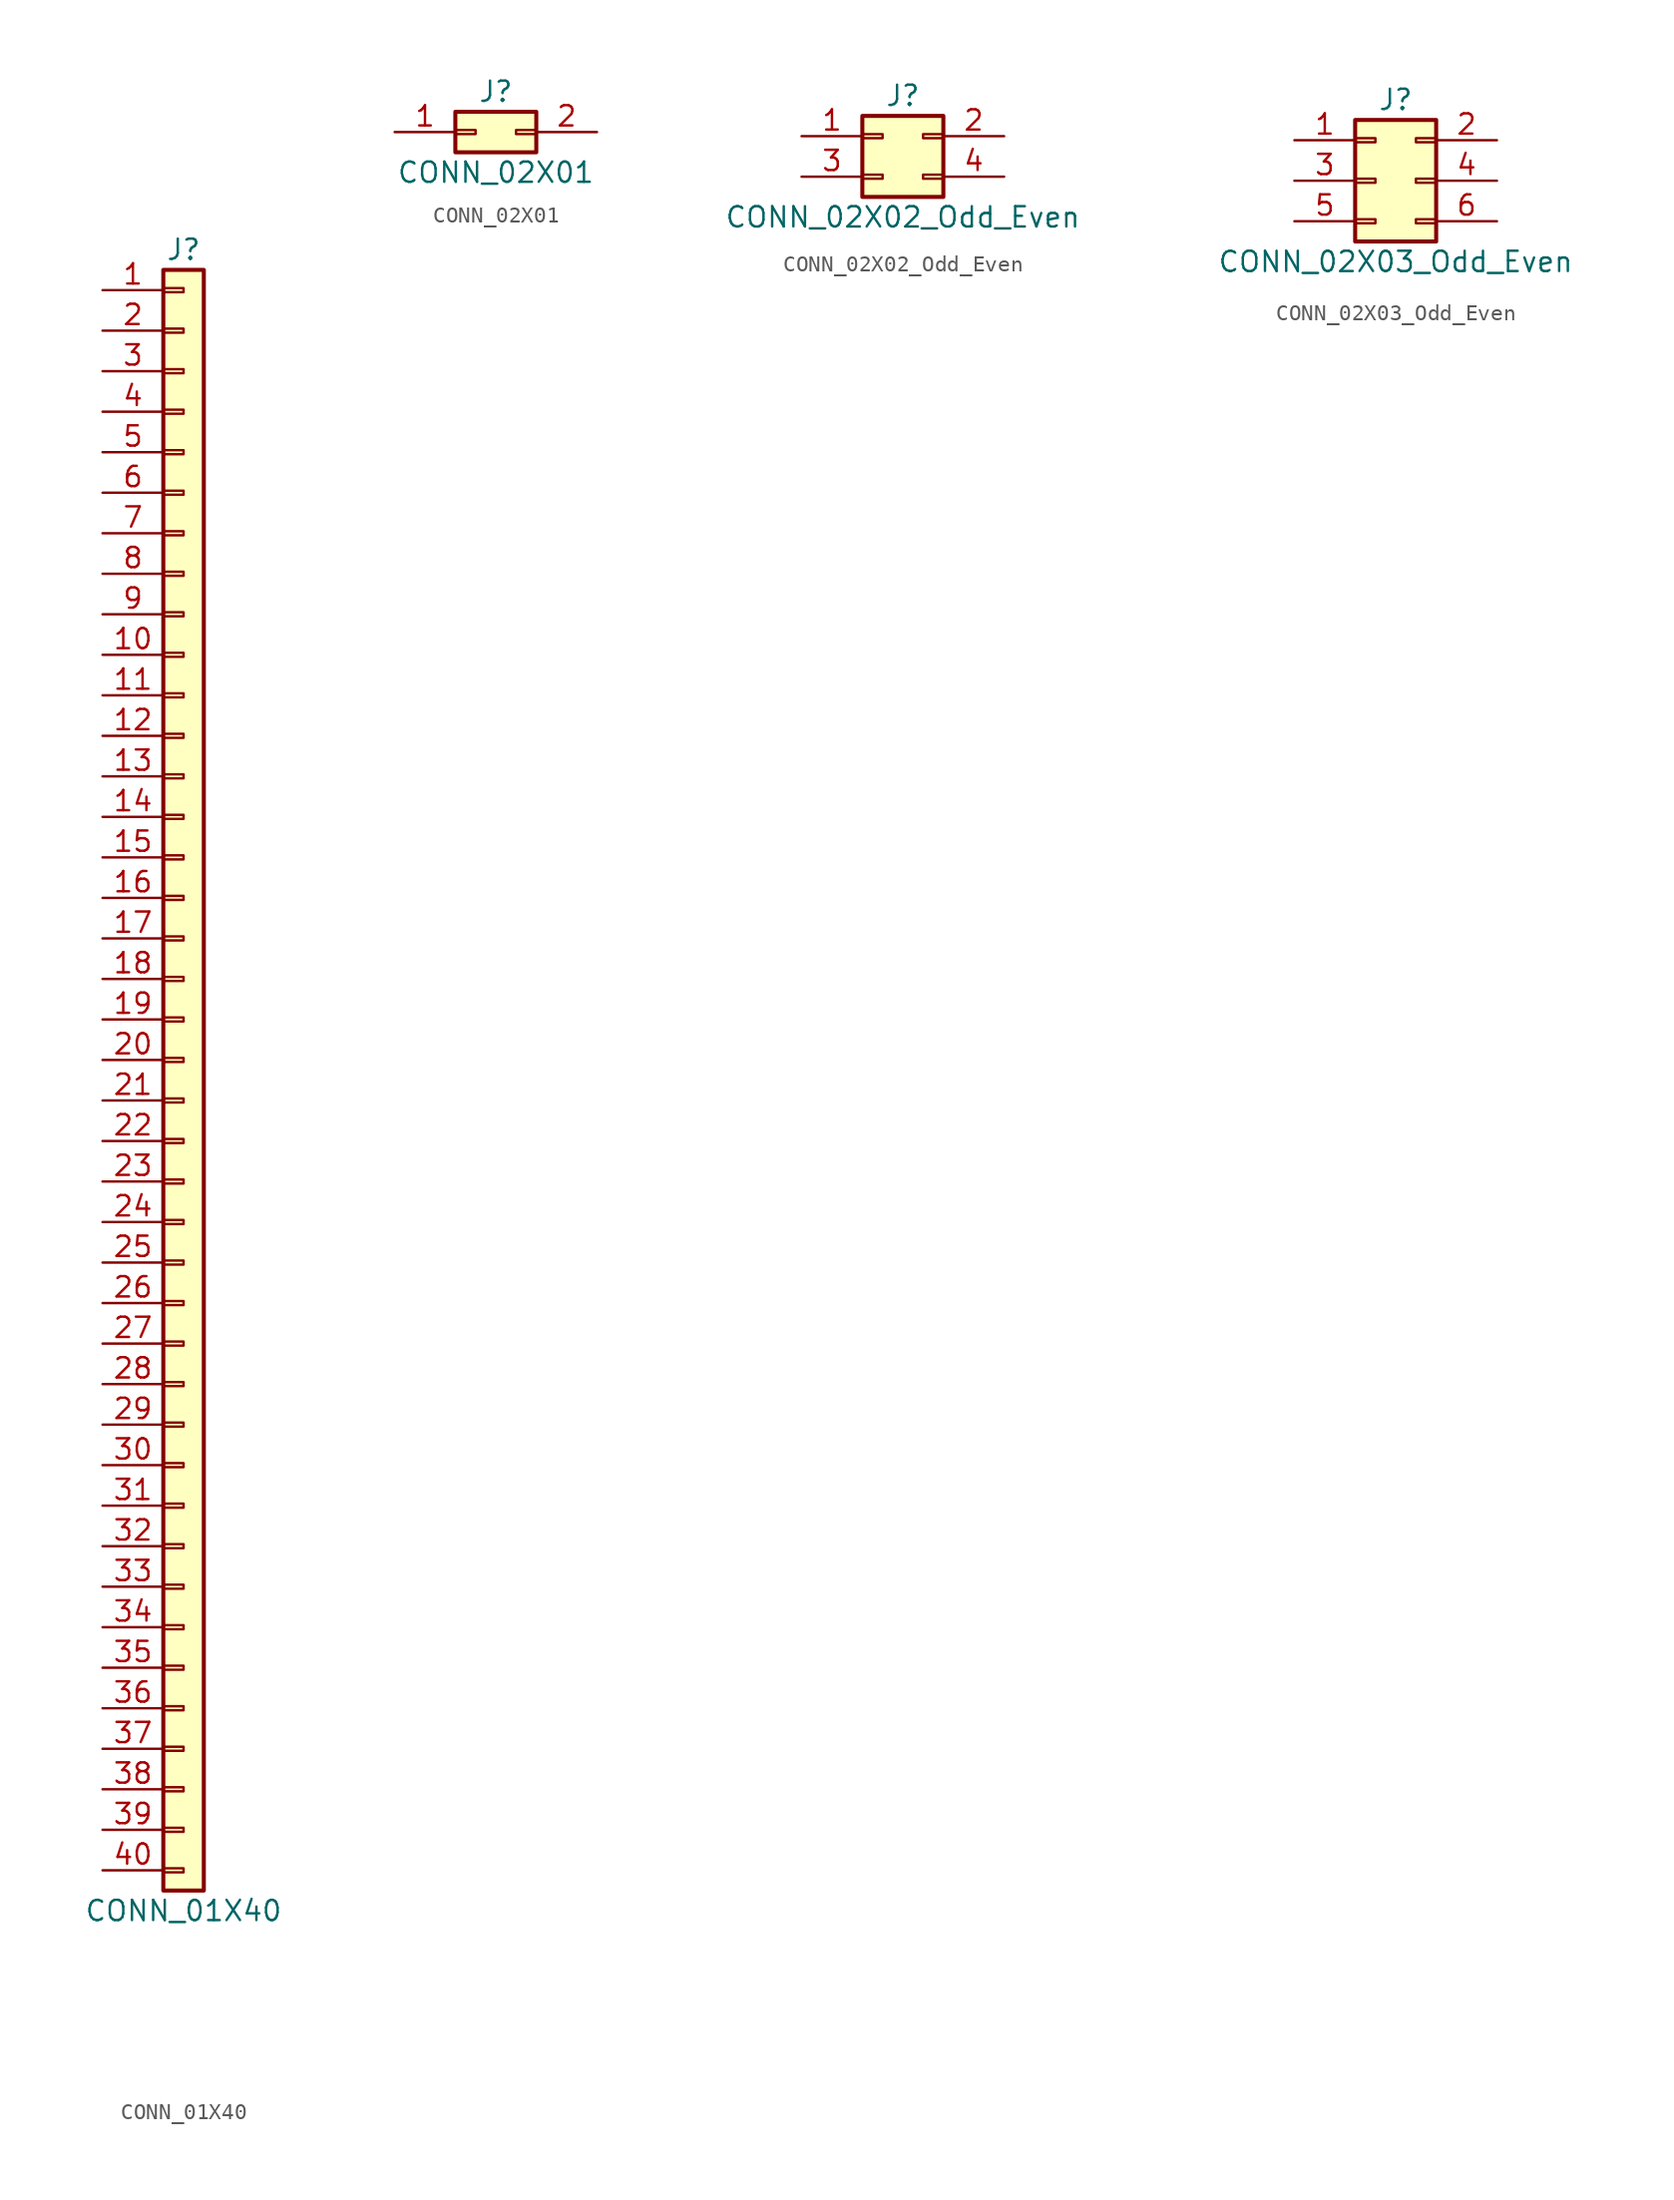
<source format=kicad_sym>
(kicad_symbol_lib
  (version 20211014)
  (generator kicad_symbol_editor)
  (symbol "CONN_01X40"
    (pin_names
      (offset 1.016) hide)
    (property "Reference" "J"
      (at 0 50.8 0)
      (effects (font (size 1.27 1.27))))
    (property "Value" "CONN_01X40"
      (at 0 -53.34 0)
      (effects (font (size 1.27 1.27))))
    (symbol "CONN_01X40_1_1"
      (rectangle (start -1.27 -50.673) (end 0 -50.927) (stroke (width 0.152) (type default) (color 0 0 0 0)) (fill (type none)))
      (rectangle (start -1.27 -48.133) (end 0 -48.387) (stroke (width 0.152) (type default) (color 0 0 0 0)) (fill (type none)))
      (rectangle (start -1.27 -45.593) (end 0 -45.847) (stroke (width 0.152) (type default) (color 0 0 0 0)) (fill (type none)))
      (rectangle (start -1.27 -43.053) (end 0 -43.307) (stroke (width 0.152) (type default) (color 0 0 0 0)) (fill (type none)))
      (rectangle (start -1.27 -40.513) (end 0 -40.767) (stroke (width 0.152) (type default) (color 0 0 0 0)) (fill (type none)))
      (rectangle (start -1.27 -37.973) (end 0 -38.227) (stroke (width 0.152) (type default) (color 0 0 0 0)) (fill (type none)))
      (rectangle (start -1.27 -35.433) (end 0 -35.687) (stroke (width 0.152) (type default) (color 0 0 0 0)) (fill (type none)))
      (rectangle (start -1.27 -32.893) (end 0 -33.147) (stroke (width 0.152) (type default) (color 0 0 0 0)) (fill (type none)))
      (rectangle (start -1.27 -30.353) (end 0 -30.607) (stroke (width 0.152) (type default) (color 0 0 0 0)) (fill (type none)))
      (rectangle (start -1.27 -27.813) (end 0 -28.067) (stroke (width 0.152) (type default) (color 0 0 0 0)) (fill (type none)))
      (rectangle (start -1.27 -25.273) (end 0 -25.527) (stroke (width 0.152) (type default) (color 0 0 0 0)) (fill (type none)))
      (rectangle (start -1.27 -22.733) (end 0 -22.987) (stroke (width 0.152) (type default) (color 0 0 0 0)) (fill (type none)))
      (rectangle (start -1.27 -20.193) (end 0 -20.447) (stroke (width 0.152) (type default) (color 0 0 0 0)) (fill (type none)))
      (rectangle (start -1.27 -17.653) (end 0 -17.907) (stroke (width 0.152) (type default) (color 0 0 0 0)) (fill (type none)))
      (rectangle (start -1.27 -15.113) (end 0 -15.367) (stroke (width 0.152) (type default) (color 0 0 0 0)) (fill (type none)))
      (rectangle (start -1.27 -12.573) (end 0 -12.827) (stroke (width 0.152) (type default) (color 0 0 0 0)) (fill (type none)))
      (rectangle (start -1.27 -10.033) (end 0 -10.287) (stroke (width 0.152) (type default) (color 0 0 0 0)) (fill (type none)))
      (rectangle (start -1.27 -7.493) (end 0 -7.747) (stroke (width 0.152) (type default) (color 0 0 0 0)) (fill (type none)))
      (rectangle (start -1.27 -4.953) (end 0 -5.207) (stroke (width 0.152) (type default) (color 0 0 0 0)) (fill (type none)))
      (rectangle (start -1.27 -2.413) (end 0 -2.667) (stroke (width 0.152) (type default) (color 0 0 0 0)) (fill (type none)))
      (rectangle (start -1.27 0.127) (end 0 -0.127) (stroke (width 0.152) (type default) (color 0 0 0 0)) (fill (type none)))
      (rectangle (start -1.27 2.667) (end 0 2.413) (stroke (width 0.152) (type default) (color 0 0 0 0)) (fill (type none)))
      (rectangle (start -1.27 5.207) (end 0 4.953) (stroke (width 0.152) (type default) (color 0 0 0 0)) (fill (type none)))
      (rectangle (start -1.27 7.747) (end 0 7.493) (stroke (width 0.152) (type default) (color 0 0 0 0)) (fill (type none)))
      (rectangle (start -1.27 10.287) (end 0 10.033) (stroke (width 0.152) (type default) (color 0 0 0 0)) (fill (type none)))
      (rectangle (start -1.27 12.827) (end 0 12.573) (stroke (width 0.152) (type default) (color 0 0 0 0)) (fill (type none)))
      (rectangle (start -1.27 15.367) (end 0 15.113) (stroke (width 0.152) (type default) (color 0 0 0 0)) (fill (type none)))
      (rectangle (start -1.27 17.907) (end 0 17.653) (stroke (width 0.152) (type default) (color 0 0 0 0)) (fill (type none)))
      (rectangle (start -1.27 20.447) (end 0 20.193) (stroke (width 0.152) (type default) (color 0 0 0 0)) (fill (type none)))
      (rectangle (start -1.27 22.987) (end 0 22.733) (stroke (width 0.152) (type default) (color 0 0 0 0)) (fill (type none)))
      (rectangle (start -1.27 25.527) (end 0 25.273) (stroke (width 0.152) (type default) (color 0 0 0 0)) (fill (type none)))
      (rectangle (start -1.27 28.067) (end 0 27.813) (stroke (width 0.152) (type default) (color 0 0 0 0)) (fill (type none)))
      (rectangle (start -1.27 30.607) (end 0 30.353) (stroke (width 0.152) (type default) (color 0 0 0 0)) (fill (type none)))
      (rectangle (start -1.27 33.147) (end 0 32.893) (stroke (width 0.152) (type default) (color 0 0 0 0)) (fill (type none)))
      (rectangle (start -1.27 35.687) (end 0 35.433) (stroke (width 0.152) (type default) (color 0 0 0 0)) (fill (type none)))
      (rectangle (start -1.27 38.227) (end 0 37.973) (stroke (width 0.152) (type default) (color 0 0 0 0)) (fill (type none)))
      (rectangle (start -1.27 40.767) (end 0 40.513) (stroke (width 0.152) (type default) (color 0 0 0 0)) (fill (type none)))
      (rectangle (start -1.27 43.307) (end 0 43.053) (stroke (width 0.152) (type default) (color 0 0 0 0)) (fill (type none)))
      (rectangle (start -1.27 45.847) (end 0 45.593) (stroke (width 0.152) (type default) (color 0 0 0 0)) (fill (type none)))
      (rectangle (start -1.27 48.387) (end 0 48.133) (stroke (width 0.152) (type default) (color 0 0 0 0)) (fill (type none)))
      (rectangle (start -1.27 49.53) (end 1.27 -52.07) (stroke (width 0.254) (type default) (color 0 0 0 0)) (fill (type background)))
      (pin passive line (at -5.08 48.26 0) (length 3.81) (name "Pin_1" (effects (font (size 1.27 1.27)))) (number "1" (effects (font (size 1.27 1.27)))))
      (pin passive line (at -5.08 25.4 0) (length 3.81) (name "Pin_10" (effects (font (size 1.27 1.27)))) (number "10" (effects (font (size 1.27 1.27)))))
      (pin passive line (at -5.08 22.86 0) (length 3.81) (name "Pin_11" (effects (font (size 1.27 1.27)))) (number "11" (effects (font (size 1.27 1.27)))))
      (pin passive line (at -5.08 20.32 0) (length 3.81) (name "Pin_12" (effects (font (size 1.27 1.27)))) (number "12" (effects (font (size 1.27 1.27)))))
      (pin passive line (at -5.08 17.78 0) (length 3.81) (name "Pin_13" (effects (font (size 1.27 1.27)))) (number "13" (effects (font (size 1.27 1.27)))))
      (pin passive line (at -5.08 15.24 0) (length 3.81) (name "Pin_14" (effects (font (size 1.27 1.27)))) (number "14" (effects (font (size 1.27 1.27)))))
      (pin passive line (at -5.08 12.7 0) (length 3.81) (name "Pin_15" (effects (font (size 1.27 1.27)))) (number "15" (effects (font (size 1.27 1.27)))))
      (pin passive line (at -5.08 10.16 0) (length 3.81) (name "Pin_16" (effects (font (size 1.27 1.27)))) (number "16" (effects (font (size 1.27 1.27)))))
      (pin passive line (at -5.08 7.62 0) (length 3.81) (name "Pin_17" (effects (font (size 1.27 1.27)))) (number "17" (effects (font (size 1.27 1.27)))))
      (pin passive line (at -5.08 5.08 0) (length 3.81) (name "Pin_18" (effects (font (size 1.27 1.27)))) (number "18" (effects (font (size 1.27 1.27)))))
      (pin passive line (at -5.08 2.54 0) (length 3.81) (name "Pin_19" (effects (font (size 1.27 1.27)))) (number "19" (effects (font (size 1.27 1.27)))))
      (pin passive line (at -5.08 45.72 0) (length 3.81) (name "Pin_2" (effects (font (size 1.27 1.27)))) (number "2" (effects (font (size 1.27 1.27)))))
      (pin passive line (at -5.08 0 0) (length 3.81) (name "Pin_20" (effects (font (size 1.27 1.27)))) (number "20" (effects (font (size 1.27 1.27)))))
      (pin passive line (at -5.08 -2.54 0) (length 3.81) (name "Pin_21" (effects (font (size 1.27 1.27)))) (number "21" (effects (font (size 1.27 1.27)))))
      (pin passive line (at -5.08 -5.08 0) (length 3.81) (name "Pin_22" (effects (font (size 1.27 1.27)))) (number "22" (effects (font (size 1.27 1.27)))))
      (pin passive line (at -5.08 -7.62 0) (length 3.81) (name "Pin_23" (effects (font (size 1.27 1.27)))) (number "23" (effects (font (size 1.27 1.27)))))
      (pin passive line (at -5.08 -10.16 0) (length 3.81) (name "Pin_24" (effects (font (size 1.27 1.27)))) (number "24" (effects (font (size 1.27 1.27)))))
      (pin passive line (at -5.08 -12.7 0) (length 3.81) (name "Pin_25" (effects (font (size 1.27 1.27)))) (number "25" (effects (font (size 1.27 1.27)))))
      (pin passive line (at -5.08 -15.24 0) (length 3.81) (name "Pin_26" (effects (font (size 1.27 1.27)))) (number "26" (effects (font (size 1.27 1.27)))))
      (pin passive line (at -5.08 -17.78 0) (length 3.81) (name "Pin_27" (effects (font (size 1.27 1.27)))) (number "27" (effects (font (size 1.27 1.27)))))
      (pin passive line (at -5.08 -20.32 0) (length 3.81) (name "Pin_28" (effects (font (size 1.27 1.27)))) (number "28" (effects (font (size 1.27 1.27)))))
      (pin passive line (at -5.08 -22.86 0) (length 3.81) (name "Pin_29" (effects (font (size 1.27 1.27)))) (number "29" (effects (font (size 1.27 1.27)))))
      (pin passive line (at -5.08 43.18 0) (length 3.81) (name "Pin_3" (effects (font (size 1.27 1.27)))) (number "3" (effects (font (size 1.27 1.27)))))
      (pin passive line (at -5.08 -25.4 0) (length 3.81) (name "Pin_30" (effects (font (size 1.27 1.27)))) (number "30" (effects (font (size 1.27 1.27)))))
      (pin passive line (at -5.08 -27.94 0) (length 3.81) (name "Pin_31" (effects (font (size 1.27 1.27)))) (number "31" (effects (font (size 1.27 1.27)))))
      (pin passive line (at -5.08 -30.48 0) (length 3.81) (name "Pin_32" (effects (font (size 1.27 1.27)))) (number "32" (effects (font (size 1.27 1.27)))))
      (pin passive line (at -5.08 -33.02 0) (length 3.81) (name "Pin_33" (effects (font (size 1.27 1.27)))) (number "33" (effects (font (size 1.27 1.27)))))
      (pin passive line (at -5.08 -35.56 0) (length 3.81) (name "Pin_34" (effects (font (size 1.27 1.27)))) (number "34" (effects (font (size 1.27 1.27)))))
      (pin passive line (at -5.08 -38.1 0) (length 3.81) (name "Pin_35" (effects (font (size 1.27 1.27)))) (number "35" (effects (font (size 1.27 1.27)))))
      (pin passive line (at -5.08 -40.64 0) (length 3.81) (name "Pin_36" (effects (font (size 1.27 1.27)))) (number "36" (effects (font (size 1.27 1.27)))))
      (pin passive line (at -5.08 -43.18 0) (length 3.81) (name "Pin_37" (effects (font (size 1.27 1.27)))) (number "37" (effects (font (size 1.27 1.27)))))
      (pin passive line (at -5.08 -45.72 0) (length 3.81) (name "Pin_38" (effects (font (size 1.27 1.27)))) (number "38" (effects (font (size 1.27 1.27)))))
      (pin passive line (at -5.08 -48.26 0) (length 3.81) (name "Pin_39" (effects (font (size 1.27 1.27)))) (number "39" (effects (font (size 1.27 1.27)))))
      (pin passive line (at -5.08 40.64 0) (length 3.81) (name "Pin_4" (effects (font (size 1.27 1.27)))) (number "4" (effects (font (size 1.27 1.27)))))
      (pin passive line (at -5.08 -50.8 0) (length 3.81) (name "Pin_40" (effects (font (size 1.27 1.27)))) (number "40" (effects (font (size 1.27 1.27)))))
      (pin passive line (at -5.08 38.1 0) (length 3.81) (name "Pin_5" (effects (font (size 1.27 1.27)))) (number "5" (effects (font (size 1.27 1.27)))))
      (pin passive line (at -5.08 35.56 0) (length 3.81) (name "Pin_6" (effects (font (size 1.27 1.27)))) (number "6" (effects (font (size 1.27 1.27)))))
      (pin passive line (at -5.08 33.02 0) (length 3.81) (name "Pin_7" (effects (font (size 1.27 1.27)))) (number "7" (effects (font (size 1.27 1.27)))))
      (pin passive line (at -5.08 30.48 0) (length 3.81) (name "Pin_8" (effects (font (size 1.27 1.27)))) (number "8" (effects (font (size 1.27 1.27)))))
      (pin passive line (at -5.08 27.94 0) (length 3.81) (name "Pin_9" (effects (font (size 1.27 1.27)))) (number "9" (effects (font (size 1.27 1.27)))))))
  (symbol "CONN_02X01"
    (pin_names
      (offset 1.016) hide)
    (property "Reference" "J"
      (at 1.27 2.54 0)
      (effects (font (size 1.27 1.27))))
    (property "Value" "CONN_02X01"
      (at 1.27 -2.54 0)
      (effects (font (size 1.27 1.27))))
    (symbol "CONN_02X01_1_1"
      (rectangle (start -1.27 0.127) (end 0 -0.127) (stroke (width 0.152) (type default) (color 0 0 0 0)) (fill (type none)))
      (rectangle (start -1.27 1.27) (end 3.81 -1.27) (stroke (width 0.254) (type default) (color 0 0 0 0)) (fill (type background)))
      (rectangle (start 3.81 0.127) (end 2.54 -0.127) (stroke (width 0.152) (type default) (color 0 0 0 0)) (fill (type none)))
      (pin passive line (at -5.08 0 0) (length 3.81) (name "Pin_1" (effects (font (size 1.27 1.27)))) (number "1" (effects (font (size 1.27 1.27)))))
      (pin passive line (at 7.62 0 180) (length 3.81) (name "Pin_2" (effects (font (size 1.27 1.27)))) (number "2" (effects (font (size 1.27 1.27)))))))
  (symbol "CONN_02X02_Odd_Even"
    (pin_names
      (offset 1.016) hide)
    (property "Reference" "J"
      (at 1.27 2.54 0)
      (effects (font (size 1.27 1.27))))
    (property "Value" "CONN_02X02_Odd_Even"
      (at 1.27 -5.08 0)
      (effects (font (size 1.27 1.27))))
    (symbol "CONN_02X02_Odd_Even_1_1"
      (rectangle (start -1.27 -2.413) (end 0 -2.667) (stroke (width 0.152) (type default) (color 0 0 0 0)) (fill (type none)))
      (rectangle (start -1.27 0.127) (end 0 -0.127) (stroke (width 0.152) (type default) (color 0 0 0 0)) (fill (type none)))
      (rectangle (start -1.27 1.27) (end 3.81 -3.81) (stroke (width 0.254) (type default) (color 0 0 0 0)) (fill (type background)))
      (rectangle (start 3.81 -2.413) (end 2.54 -2.667) (stroke (width 0.152) (type default) (color 0 0 0 0)) (fill (type none)))
      (rectangle (start 3.81 0.127) (end 2.54 -0.127) (stroke (width 0.152) (type default) (color 0 0 0 0)) (fill (type none)))
      (pin passive line (at -5.08 0 0) (length 3.81) (name "Pin_1" (effects (font (size 1.27 1.27)))) (number "1" (effects (font (size 1.27 1.27)))))
      (pin passive line (at 7.62 0 180) (length 3.81) (name "Pin_2" (effects (font (size 1.27 1.27)))) (number "2" (effects (font (size 1.27 1.27)))))
      (pin passive line (at -5.08 -2.54 0) (length 3.81) (name "Pin_3" (effects (font (size 1.27 1.27)))) (number "3" (effects (font (size 1.27 1.27)))))
      (pin passive line (at 7.62 -2.54 180) (length 3.81) (name "Pin_4" (effects (font (size 1.27 1.27)))) (number "4" (effects (font (size 1.27 1.27)))))))
  (symbol "CONN_02X03_Odd_Even"
    (pin_names
      (offset 1.016) hide)
    (property "Reference" "J"
      (at 1.27 5.08 0)
      (effects (font (size 1.27 1.27))))
    (property "Value" "CONN_02X03_Odd_Even"
      (at 1.27 -5.08 0)
      (effects (font (size 1.27 1.27))))
    (symbol "CONN_02X03_Odd_Even_1_1"
      (rectangle (start -1.27 -2.413) (end 0 -2.667) (stroke (width 0.152) (type default) (color 0 0 0 0)) (fill (type none)))
      (rectangle (start -1.27 0.127) (end 0 -0.127) (stroke (width 0.152) (type default) (color 0 0 0 0)) (fill (type none)))
      (rectangle (start -1.27 2.667) (end 0 2.413) (stroke (width 0.152) (type default) (color 0 0 0 0)) (fill (type none)))
      (rectangle (start -1.27 3.81) (end 3.81 -3.81) (stroke (width 0.254) (type default) (color 0 0 0 0)) (fill (type background)))
      (rectangle (start 3.81 -2.413) (end 2.54 -2.667) (stroke (width 0.152) (type default) (color 0 0 0 0)) (fill (type none)))
      (rectangle (start 3.81 0.127) (end 2.54 -0.127) (stroke (width 0.152) (type default) (color 0 0 0 0)) (fill (type none)))
      (rectangle (start 3.81 2.667) (end 2.54 2.413) (stroke (width 0.152) (type default) (color 0 0 0 0)) (fill (type none)))
      (pin passive line (at -5.08 2.54 0) (length 3.81) (name "Pin_1" (effects (font (size 1.27 1.27)))) (number "1" (effects (font (size 1.27 1.27)))))
      (pin passive line (at 7.62 2.54 180) (length 3.81) (name "Pin_2" (effects (font (size 1.27 1.27)))) (number "2" (effects (font (size 1.27 1.27)))))
      (pin passive line (at -5.08 0 0) (length 3.81) (name "Pin_3" (effects (font (size 1.27 1.27)))) (number "3" (effects (font (size 1.27 1.27)))))
      (pin passive line (at 7.62 0 180) (length 3.81) (name "Pin_4" (effects (font (size 1.27 1.27)))) (number "4" (effects (font (size 1.27 1.27)))))
      (pin passive line (at -5.08 -2.54 0) (length 3.81) (name "Pin_5" (effects (font (size 1.27 1.27)))) (number "5" (effects (font (size 1.27 1.27)))))
      (pin passive line (at 7.62 -2.54 180) (length 3.81) (name "Pin_6" (effects (font (size 1.27 1.27)))) (number "6" (effects (font (size 1.27 1.27))))))))
</source>
